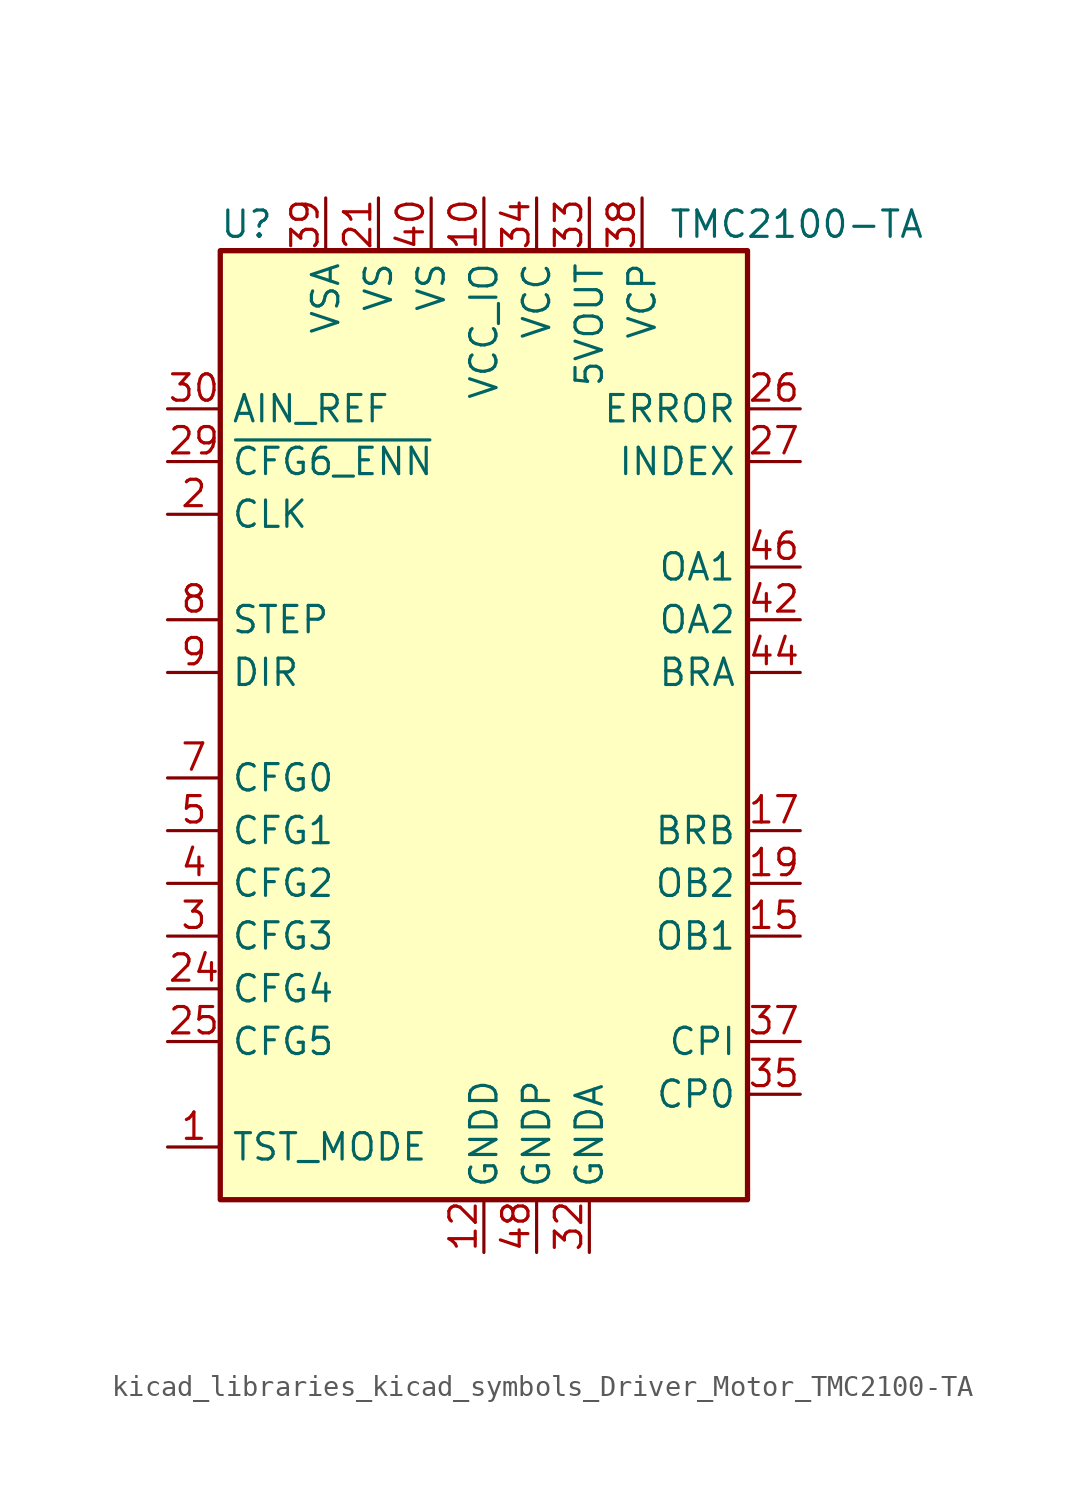
<source format=kicad_sym>
(kicad_symbol_lib
  (version 20220914)
  (generator kicad_symbol_editor)
  (symbol "kicad_libraries_kicad_symbols_Driver_Motor_TMC2100-TA"
    (property "Reference" "U"
      (at -11.43 24.13 0)
      (effects (font (size 1.27 1.27))))
    (property "Value" "TMC2100-TA"
      (at 8.89 24.13 0)
      (effects (font (size 1.27 1.27)) (justify left)))
    (symbol "kicad_libraries_kicad_symbols_Driver_Motor_TMC2100-TA_0_1"
      (rectangle (start -12.7 22.86) (end 12.7 -22.86) (stroke (width 0.254) (type default)) (fill (type background))))
    (symbol "kicad_libraries_kicad_symbols_Driver_Motor_TMC2100-TA_1_1"
      (pin input line (at -15.24 -20.32 0) (length 2.54) (name "TST_MODE" (effects (font (size 1.27 1.27)))) (number "1" (effects (font (size 1.27 1.27)))))
      (pin power_in line (at 0 25.4 270) (length 2.54) (name "VCC_IO" (effects (font (size 1.27 1.27)))) (number "10" (effects (font (size 1.27 1.27)))))
      (pin no_connect line (at -12.7 17.78 0) (length 2.54) hide (name "DNC" (effects (font (size 1.27 1.27)))) (number "11" (effects (font (size 1.27 1.27)))))
      (pin power_in line (at 0 -25.4 90) (length 2.54) (name "GNDD" (effects (font (size 1.27 1.27)))) (number "12" (effects (font (size 1.27 1.27)))))
      (pin passive line (at 2.54 -25.4 90) (length 2.54) hide (name "GNDP" (effects (font (size 1.27 1.27)))) (number "13" (effects (font (size 1.27 1.27)))))
      (pin no_connect line (at -12.7 7.62 0) (length 2.54) hide (name "DNC" (effects (font (size 1.27 1.27)))) (number "14" (effects (font (size 1.27 1.27)))))
      (pin output line (at 15.24 -10.16 180) (length 2.54) (name "OB1" (effects (font (size 1.27 1.27)))) (number "15" (effects (font (size 1.27 1.27)))))
      (pin no_connect line (at -12.7 0 0) (length 2.54) hide (name "DNC" (effects (font (size 1.27 1.27)))) (number "16" (effects (font (size 1.27 1.27)))))
      (pin passive line (at 15.24 -5.08 180) (length 2.54) (name "BRB" (effects (font (size 1.27 1.27)))) (number "17" (effects (font (size 1.27 1.27)))))
      (pin no_connect line (at -12.7 -17.78 0) (length 2.54) hide (name "DNC" (effects (font (size 1.27 1.27)))) (number "18" (effects (font (size 1.27 1.27)))))
      (pin output line (at 15.24 -7.62 180) (length 2.54) (name "OB2" (effects (font (size 1.27 1.27)))) (number "19" (effects (font (size 1.27 1.27)))))
      (pin input line (at -15.24 10.16 0) (length 2.54) (name "CLK" (effects (font (size 1.27 1.27)))) (number "2" (effects (font (size 1.27 1.27)))))
      (pin no_connect line (at 12.7 17.78 180) (length 2.54) hide (name "DNC" (effects (font (size 1.27 1.27)))) (number "20" (effects (font (size 1.27 1.27)))))
      (pin power_in line (at -5.08 25.4 270) (length 2.54) (name "VS" (effects (font (size 1.27 1.27)))) (number "21" (effects (font (size 1.27 1.27)))))
      (pin no_connect line (at 7.62 -22.86 90) (length 2.54) hide (name "DNC" (effects (font (size 1.27 1.27)))) (number "22" (effects (font (size 1.27 1.27)))))
      (pin no_connect line (at 12.7 20.32 180) (length 2.54) hide (name "DNC" (effects (font (size 1.27 1.27)))) (number "23" (effects (font (size 1.27 1.27)))))
      (pin input line (at -15.24 -12.7 0) (length 2.54) (name "CFG4" (effects (font (size 1.27 1.27)))) (number "24" (effects (font (size 1.27 1.27)))))
      (pin input line (at -15.24 -15.24 0) (length 2.54) (name "CFG5" (effects (font (size 1.27 1.27)))) (number "25" (effects (font (size 1.27 1.27)))))
      (pin open_collector line (at 15.24 15.24 180) (length 2.54) (name "ERROR" (effects (font (size 1.27 1.27)))) (number "26" (effects (font (size 1.27 1.27)))))
      (pin open_collector line (at 15.24 12.7 180) (length 2.54) (name "INDEX" (effects (font (size 1.27 1.27)))) (number "27" (effects (font (size 1.27 1.27)))))
      (pin no_connect line (at 12.7 -20.32 180) (length 2.54) hide (name "DNC" (effects (font (size 1.27 1.27)))) (number "28" (effects (font (size 1.27 1.27)))))
      (pin input line (at -15.24 12.7 0) (length 2.54) (name "~{CFG6_ENN}" (effects (font (size 1.27 1.27)))) (number "29" (effects (font (size 1.27 1.27)))))
      (pin input line (at -15.24 -10.16 0) (length 2.54) (name "CFG3" (effects (font (size 1.27 1.27)))) (number "3" (effects (font (size 1.27 1.27)))))
      (pin input line (at -15.24 15.24 0) (length 2.54) (name "AIN_REF" (effects (font (size 1.27 1.27)))) (number "30" (effects (font (size 1.27 1.27)))))
      (pin passive line (at 0 -25.4 90) (length 2.54) hide (name "GNDD" (effects (font (size 1.27 1.27)))) (number "31" (effects (font (size 1.27 1.27)))))
      (pin power_in line (at 5.08 -25.4 90) (length 2.54) (name "GNDA" (effects (font (size 1.27 1.27)))) (number "32" (effects (font (size 1.27 1.27)))))
      (pin power_out line (at 5.08 25.4 270) (length 2.54) (name "5VOUT" (effects (font (size 1.27 1.27)))) (number "33" (effects (font (size 1.27 1.27)))))
      (pin power_in line (at 2.54 25.4 270) (length 2.54) (name "VCC" (effects (font (size 1.27 1.27)))) (number "34" (effects (font (size 1.27 1.27)))))
      (pin passive line (at 15.24 -17.78 180) (length 2.54) (name "CP0" (effects (font (size 1.27 1.27)))) (number "35" (effects (font (size 1.27 1.27)))))
      (pin passive line (at 0 -25.4 90) (length 2.54) hide (name "GNDD" (effects (font (size 1.27 1.27)))) (number "36" (effects (font (size 1.27 1.27)))))
      (pin passive line (at 15.24 -15.24 180) (length 2.54) (name "CPI" (effects (font (size 1.27 1.27)))) (number "37" (effects (font (size 1.27 1.27)))))
      (pin passive line (at 7.62 25.4 270) (length 2.54) (name "VCP" (effects (font (size 1.27 1.27)))) (number "38" (effects (font (size 1.27 1.27)))))
      (pin power_in line (at -7.62 25.4 270) (length 2.54) (name "VSA" (effects (font (size 1.27 1.27)))) (number "39" (effects (font (size 1.27 1.27)))))
      (pin input line (at -15.24 -7.62 0) (length 2.54) (name "CFG2" (effects (font (size 1.27 1.27)))) (number "4" (effects (font (size 1.27 1.27)))))
      (pin power_in line (at -2.54 25.4 270) (length 2.54) (name "VS" (effects (font (size 1.27 1.27)))) (number "40" (effects (font (size 1.27 1.27)))))
      (pin no_connect line (at 12.7 -12.7 180) (length 2.54) hide (name "DNC" (effects (font (size 1.27 1.27)))) (number "41" (effects (font (size 1.27 1.27)))))
      (pin output line (at 15.24 5.08 180) (length 2.54) (name "OA2" (effects (font (size 1.27 1.27)))) (number "42" (effects (font (size 1.27 1.27)))))
      (pin no_connect line (at 12.7 -2.54 180) (length 2.54) hide (name "DNC" (effects (font (size 1.27 1.27)))) (number "43" (effects (font (size 1.27 1.27)))))
      (pin passive line (at 15.24 2.54 180) (length 2.54) (name "BRA" (effects (font (size 1.27 1.27)))) (number "44" (effects (font (size 1.27 1.27)))))
      (pin no_connect line (at 12.7 0 180) (length 2.54) hide (name "DNC" (effects (font (size 1.27 1.27)))) (number "45" (effects (font (size 1.27 1.27)))))
      (pin output line (at 15.24 7.62 180) (length 2.54) (name "OA1" (effects (font (size 1.27 1.27)))) (number "46" (effects (font (size 1.27 1.27)))))
      (pin no_connect line (at 12.7 10.16 180) (length 2.54) hide (name "DNC" (effects (font (size 1.27 1.27)))) (number "47" (effects (font (size 1.27 1.27)))))
      (pin power_in line (at 2.54 -25.4 90) (length 2.54) (name "GNDP" (effects (font (size 1.27 1.27)))) (number "48" (effects (font (size 1.27 1.27)))))
      (pin passive line (at 0 -25.4 90) (length 2.54) hide (name "GNDD" (effects (font (size 1.27 1.27)))) (number "49" (effects (font (size 1.27 1.27)))))
      (pin input line (at -15.24 -5.08 0) (length 2.54) (name "CFG1" (effects (font (size 1.27 1.27)))) (number "5" (effects (font (size 1.27 1.27)))))
      (pin passive line (at 0 -25.4 90) (length 2.54) hide (name "GNDD" (effects (font (size 1.27 1.27)))) (number "6" (effects (font (size 1.27 1.27)))))
      (pin input line (at -15.24 -2.54 0) (length 2.54) (name "CFG0" (effects (font (size 1.27 1.27)))) (number "7" (effects (font (size 1.27 1.27)))))
      (pin input line (at -15.24 5.08 0) (length 2.54) (name "STEP" (effects (font (size 1.27 1.27)))) (number "8" (effects (font (size 1.27 1.27)))))
      (pin input line (at -15.24 2.54 0) (length 2.54) (name "DIR" (effects (font (size 1.27 1.27)))) (number "9" (effects (font (size 1.27 1.27))))))))
</source>
